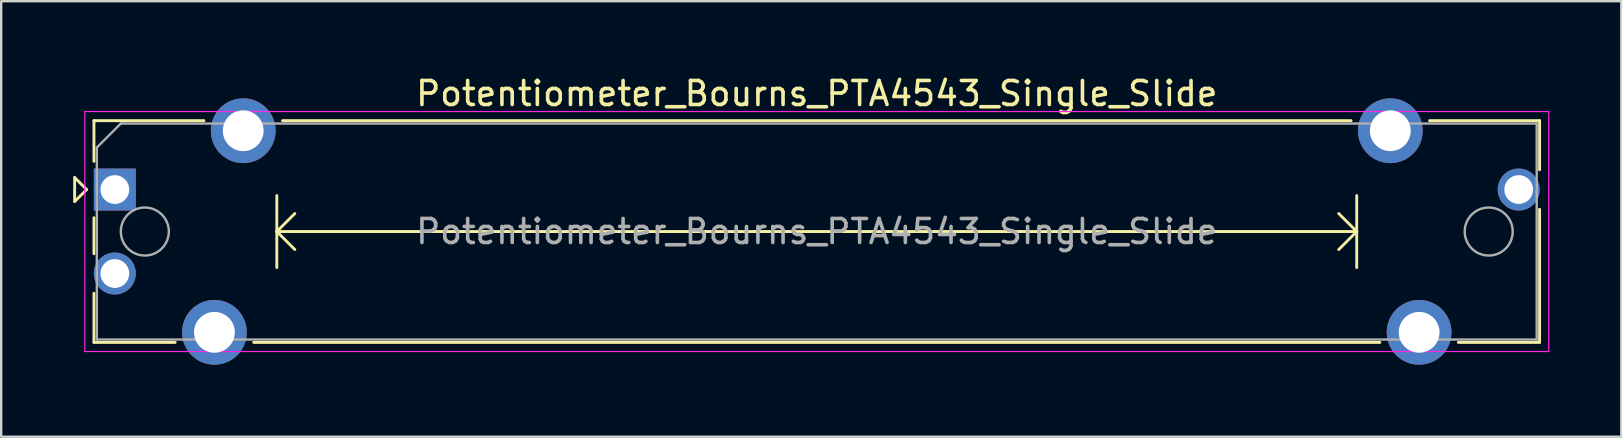
<source format=kicad_pcb>
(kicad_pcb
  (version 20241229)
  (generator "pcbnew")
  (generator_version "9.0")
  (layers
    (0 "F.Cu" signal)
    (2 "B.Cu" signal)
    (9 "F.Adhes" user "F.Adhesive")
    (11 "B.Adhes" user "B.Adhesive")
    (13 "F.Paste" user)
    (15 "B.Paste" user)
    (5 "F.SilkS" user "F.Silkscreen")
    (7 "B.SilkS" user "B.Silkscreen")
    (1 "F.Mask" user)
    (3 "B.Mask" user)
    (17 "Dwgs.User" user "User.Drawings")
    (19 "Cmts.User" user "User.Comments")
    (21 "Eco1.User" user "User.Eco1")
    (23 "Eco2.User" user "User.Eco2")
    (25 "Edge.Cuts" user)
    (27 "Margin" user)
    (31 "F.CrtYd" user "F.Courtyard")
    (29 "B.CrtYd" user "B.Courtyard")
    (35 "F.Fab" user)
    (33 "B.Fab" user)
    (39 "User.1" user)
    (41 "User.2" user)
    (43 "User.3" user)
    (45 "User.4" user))
  (footprint "Potentiometer_Bourns_PTA4543_Single_Slide"
    (layer "F.Cu")
    (at 1.735 4.848)
    (property "Reference" "Potentiometer_Bourns_PTA4543_Single_Slide" (at 29.25 -4 0) (layer "F.SilkS") (effects (font (size 1 1) (thickness 0.15))))
    (attr through_hole)
    (fp_line (start -1.675 -0.5) (end -1.675 0.5) (stroke (width 0.12) (type solid)) (layer "F.SilkS"))
    (fp_line (start -1.675 0.5) (end -1.175 0) (stroke (width 0.12) (type solid)) (layer "F.SilkS"))
    (fp_line (start -1.175 0) (end -1.675 -0.5) (stroke (width 0.12) (type solid)) (layer "F.SilkS"))
    (fp_line (start -0.87 -2.87) (end -0.87 -1.175) (stroke (width 0.12) (type solid)) (layer "F.SilkS"))
    (fp_line (start -0.87 -2.87) (end 3.715 -2.87) (stroke (width 0.12) (type solid)) (layer "F.SilkS"))
    (fp_line (start -0.87 1.175) (end -0.87 2.678) (stroke (width 0.12) (type solid)) (layer "F.SilkS"))
    (fp_line (start -0.87 4.323) (end -0.87 6.37) (stroke (width 0.12) (type solid)) (layer "F.SilkS"))
    (fp_line (start -0.87 6.37) (end 2.515 6.37) (stroke (width 0.12) (type solid)) (layer "F.SilkS"))
    (fp_line (start 5.786 6.37) (end 52.715 6.37) (stroke (width 0.12) (type solid)) (layer "F.SilkS"))
    (fp_line (start 6.75 0.25) (end 6.75 3.25) (stroke (width 0.12) (type solid)) (layer "F.SilkS"))
    (fp_line (start 6.75 1.75) (end 7.5 2.5) (stroke (width 0.12) (type solid)) (layer "F.SilkS"))
    (fp_line (start 6.75 1.75) (end 51.75 1.75) (stroke (width 0.12) (type solid)) (layer "F.SilkS"))
    (fp_line (start 6.986 -2.87) (end 51.515 -2.87) (stroke (width 0.12) (type solid)) (layer "F.SilkS"))
    (fp_line (start 7.5 1) (end 6.75 1.75) (stroke (width 0.12) (type solid)) (layer "F.SilkS"))
    (fp_line (start 51 1) (end 51.75 1.75) (stroke (width 0.12) (type solid)) (layer "F.SilkS"))
    (fp_line (start 51.75 0.25) (end 51.75 3.25) (stroke (width 0.12) (type solid)) (layer "F.SilkS"))
    (fp_line (start 51.75 1.75) (end 51 2.5) (stroke (width 0.12) (type solid)) (layer "F.SilkS"))
    (fp_line (start 54.786 -2.87) (end 59.37 -2.87) (stroke (width 0.12) (type solid)) (layer "F.SilkS"))
    (fp_line (start 55.986 6.37) (end 59.37 6.37) (stroke (width 0.12) (type solid)) (layer "F.SilkS"))
    (fp_line (start 59.37 -2.87) (end 59.37 -0.823) (stroke (width 0.12) (type solid)) (layer "F.SilkS"))
    (fp_line (start 59.37 0.823) (end 59.37 6.37) (stroke (width 0.12) (type solid)) (layer "F.SilkS"))
    (fp_line (start -1.25 -3.25) (end -1.25 6.75) (stroke (width 0.05) (type solid)) (layer "F.CrtYd"))
    (fp_line (start -1.25 6.75) (end 59.75 6.75) (stroke (width 0.05) (type solid)) (layer "F.CrtYd"))
    (fp_line (start 59.75 -3.25) (end -1.25 -3.25) (stroke (width 0.05) (type solid)) (layer "F.CrtYd"))
    (fp_line (start 59.75 6.75) (end 59.75 -3.25) (stroke (width 0.05) (type solid)) (layer "F.CrtYd"))
    (fp_line (start -0.75 -1.75) (end 0.25 -2.75) (stroke (width 0.1) (type solid)) (layer "F.Fab"))
    (fp_line (start -0.75 6.25) (end -0.75 -1.75) (stroke (width 0.1) (type solid)) (layer "F.Fab"))
    (fp_line (start 0.25 -2.75) (end 59.25 -2.75) (stroke (width 0.1) (type solid)) (layer "F.Fab"))
    (fp_line (start 59.25 -2.75) (end 59.25 6.25) (stroke (width 0.1) (type solid)) (layer "F.Fab"))
    (fp_line (start 59.25 6.25) (end -0.75 6.25) (stroke (width 0.1) (type solid)) (layer "F.Fab"))
    (fp_circle (center 1.25 1.75) (end 2.25 1.75) (stroke (width 0.1) (type solid)) (fill no) (layer "F.Fab"))
    (fp_circle (center 57.25 1.75) (end 58.25 1.75) (stroke (width 0.1) (type solid)) (fill no) (layer "F.Fab"))
    (fp_text user "${REFERENCE}" (at 29.25 1.75 0) (layer "F.Fab") (effects (font (size 1 1) (thickness 0.15))))
    (pad "1" thru_hole rect (at 0 0) (size 1.75 1.75) (drill 1.2) (layers "*.Cu" "*.Mask"))
    (pad "2" thru_hole circle (at 0 3.5) (size 1.75 1.75) (drill 1.2) (layers "*.Cu" "*.Mask"))
    (pad "3" thru_hole circle (at 58.5 0) (size 1.75 1.75) (drill 1.2) (layers "*.Cu" "*.Mask"))
    (pad "MP" thru_hole circle (at 4.15 5.95) (size 2.7 2.7) (drill 1.7) (layers "*.Cu" "*.Mask"))
    (pad "MP" thru_hole circle (at 5.35 -2.45) (size 2.7 2.7) (drill 1.7) (layers "*.Cu" "*.Mask"))
    (pad "MP" thru_hole circle (at 53.15 -2.45) (size 2.7 2.7) (drill 1.7) (layers "*.Cu" "*.Mask"))
    (pad "MP" thru_hole circle (at 54.35 5.95) (size 2.7 2.7) (drill 1.7) (layers "*.Cu" "*.Mask")))
  (gr_rect
    (start -3 -3)
    (end 64.51 15.148)
    (stroke (width 0.1) (type default))
    (fill no)
    (layer "Edge.Cuts")))
</source>
